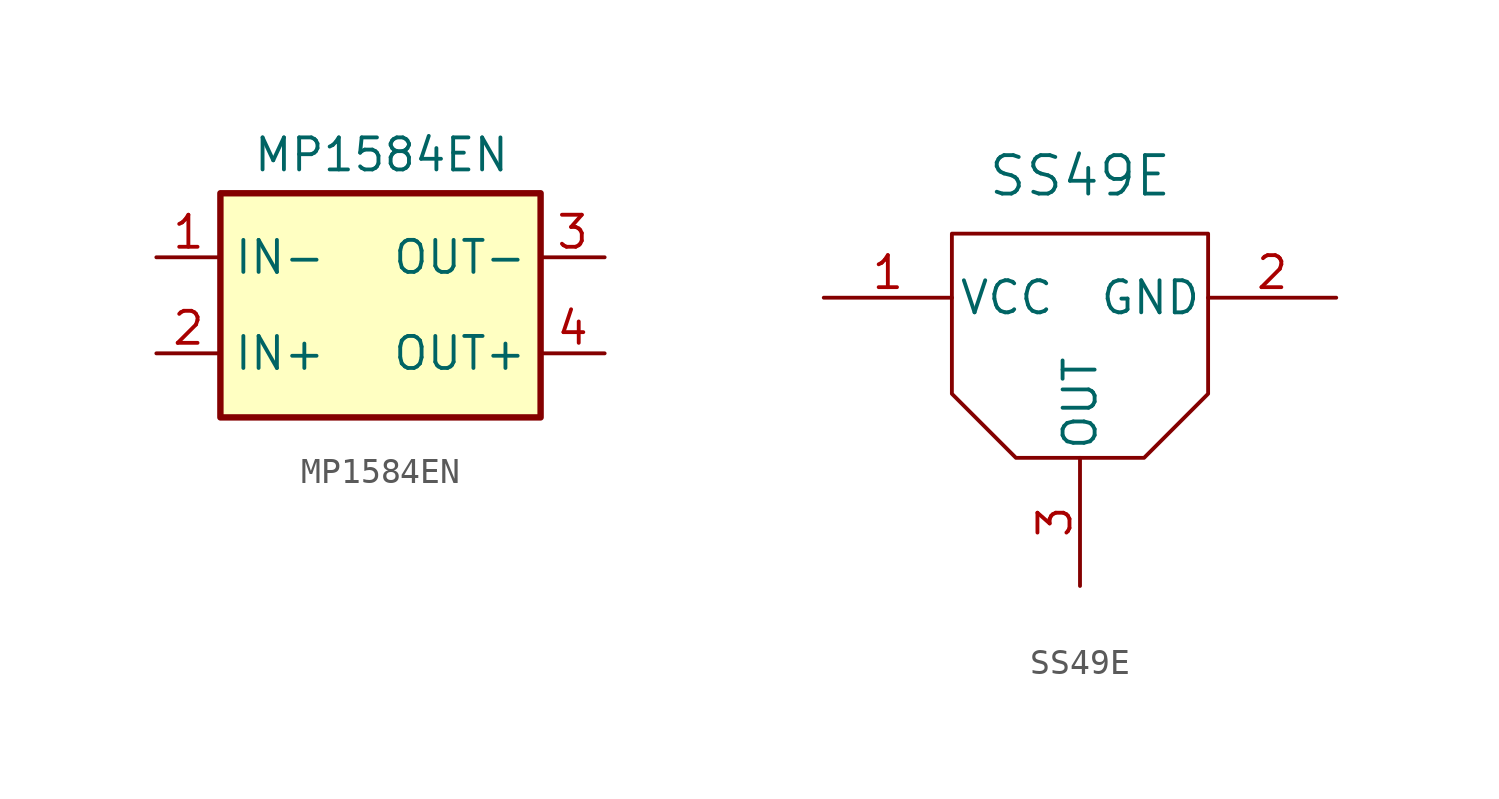
<source format=kicad_sym>
(kicad_symbol_lib
  (version 20241209)
  (generator "kicad_symbol_editor")
  (generator_version "9.0")
  (symbol "MP1584EN"
    (property "Reference" "U"
      (at -3.81 3.175 0)
      (effects (font (size 1.27 1.27)) (hide yes)))
    (property "Value" "MP1584EN"
      (at -5.08 4.064 0)
      (effects (font (size 1.27 1.27)) (justify left)))
    (symbol "MP1584EN_0_1"
      (rectangle (start -6.35 2.54) (end 6.35 -6.35) (stroke (width 0.254) (type default)) (fill (type background))))
    (symbol "MP1584EN_1_1"
      (pin power_in line (at -8.89 0 0) (length 2.54) (name "IN-" (effects (font (size 1.27 1.27)))) (number "1" (effects (font (size 1.27 1.27)))))
      (pin power_out line (at -8.89 -3.81 0) (length 2.54) (name "IN+" (effects (font (size 1.27 1.27)))) (number "2" (effects (font (size 1.27 1.27)))))
      (pin power_in line (at 8.89 0 180) (length 2.54) (name "OUT-" (effects (font (size 1.27 1.27)))) (number "3" (effects (font (size 1.27 1.27)))))
      (pin power_out line (at 8.89 -3.81 180) (length 2.54) (name "OUT+" (effects (font (size 1.27 1.27)))) (number "4" (effects (font (size 1.27 1.27)))))))
  (symbol "SS49E"
    (pin_names
      (offset 0.254))
    (property "Reference" "U"
      (at 0 12.7 0)
      (effects (font (size 1.524 1.524)) (hide yes)))
    (property "Value" "SS49E"
      (at 0 7.366 0)
      (effects (font (size 1.524 1.524))))
    (symbol "SS49E_0_1"
      (pin power_in line (at -10.16 2.54 0) (length 5.08) (name "VCC" (effects (font (size 1.27 1.27)))) (number "1" (effects (font (size 1.27 1.27)))))
      (pin output line (at 0 -8.89 90) (length 5.08) (name "OUT" (effects (font (size 1.27 1.27)))) (number "3" (effects (font (size 1.27 1.27)))))
      (pin power_in line (at 10.16 2.54 180) (length 5.08) (name "GND" (effects (font (size 1.27 1.27)))) (number "2" (effects (font (size 1.27 1.27))))))
    (symbol "SS49E_1_1"
      (polyline (pts (xy 2.54 -3.81) (xy 5.08 -1.27) (xy 5.08 5.08) (xy -5.08 5.08) (xy -5.08 -1.27) (xy -2.54 -3.81) (xy 2.54 -3.81)) (stroke (width 0) (type default)) (fill (type none))))))
</source>
